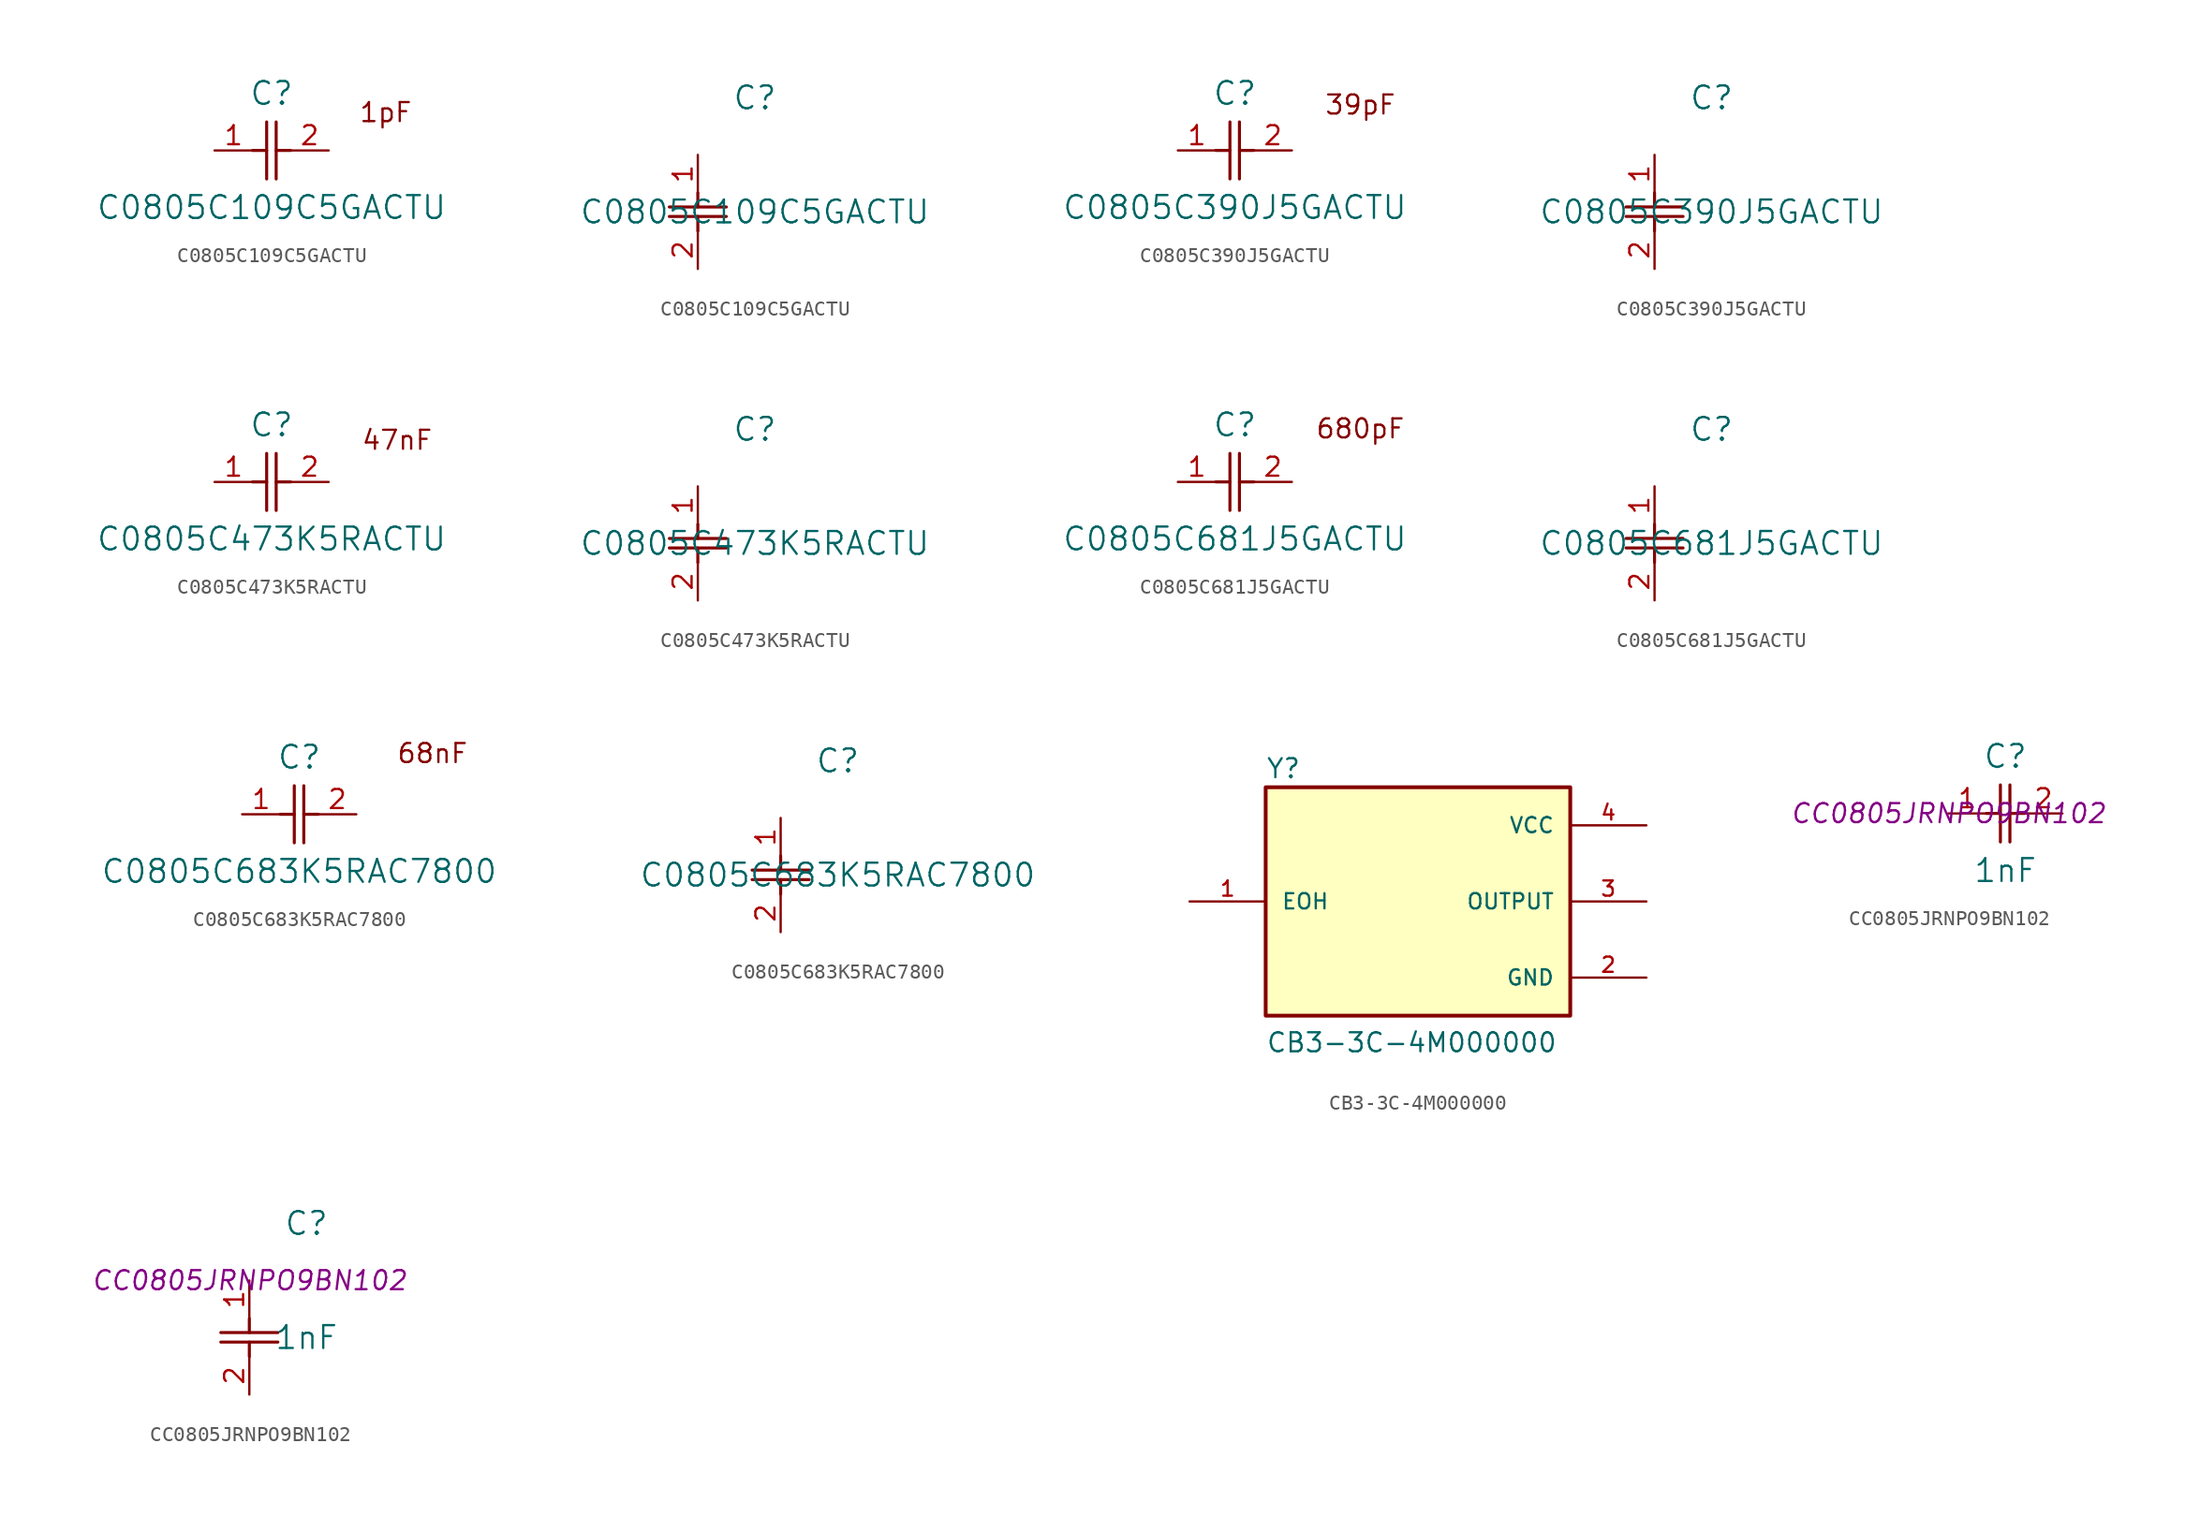
<source format=kicad_sym>
(kicad_symbol_lib
  (version 20231120)
  (generator "kicad_symbol_editor")
  (generator_version "8.0")
  (symbol "C0805C109C5GACTU"
    (pin_names
      (offset 0.254))
    (property "Reference" "C"
      (at 3.81 3.81 0)
      (effects (font (size 1.524 1.524))))
    (property "Value" "C0805C109C5GACTU"
      (at 3.81 -3.81 0)
      (effects (font (size 1.524 1.524))))
    (property "ki_locked" ""
      (at 0 0 0)
      (effects (font (size 1.27 1.27))))
    (symbol "C0805C109C5GACTU_1_1"
      (polyline (pts (xy 2.54 0) (xy 3.48 0)) (stroke (width 0.203) (type default)) (fill (type none)))
      (polyline (pts (xy 3.48 -1.905) (xy 3.48 1.905)) (stroke (width 0.203) (type default)) (fill (type none)))
      (polyline (pts (xy 4.115 -1.905) (xy 4.115 1.905)) (stroke (width 0.203) (type default)) (fill (type none)))
      (polyline (pts (xy 4.115 0) (xy 5.08 0)) (stroke (width 0.203) (type default)) (fill (type none)))
      (text "1pF" (at 11.43 2.54 0) (effects (font (size 1.27 1.27))))
      (pin unspecified line (at 0 0 0) (length 2.54) (name "" (effects (font (size 1.27 1.27)))) (number "1" (effects (font (size 1.27 1.27)))))
      (pin unspecified line (at 7.62 0 180) (length 2.54) (name "" (effects (font (size 1.27 1.27)))) (number "2" (effects (font (size 1.27 1.27))))))
    (symbol "C0805C109C5GACTU_1_2"
      (polyline (pts (xy -1.905 -4.115) (xy 1.905 -4.115)) (stroke (width 0.203) (type default)) (fill (type none)))
      (polyline (pts (xy -1.905 -3.48) (xy 1.905 -3.48)) (stroke (width 0.203) (type default)) (fill (type none)))
      (polyline (pts (xy 0 -4.115) (xy 0 -5.08)) (stroke (width 0.203) (type default)) (fill (type none)))
      (polyline (pts (xy 0 -2.54) (xy 0 -3.48)) (stroke (width 0.203) (type default)) (fill (type none)))
      (pin unspecified line (at 0 0 270) (length 2.54) (name "" (effects (font (size 1.27 1.27)))) (number "1" (effects (font (size 1.27 1.27)))))
      (pin unspecified line (at 0 -7.62 90) (length 2.54) (name "" (effects (font (size 1.27 1.27)))) (number "2" (effects (font (size 1.27 1.27)))))))
  (symbol "C0805C390J5GACTU"
    (pin_names
      (offset 0.254))
    (property "Reference" "C"
      (at 3.81 3.81 0)
      (effects (font (size 1.524 1.524))))
    (property "Value" "C0805C390J5GACTU"
      (at 3.81 -3.81 0)
      (effects (font (size 1.524 1.524))))
    (property "ki_locked" ""
      (at 0 0 0)
      (effects (font (size 1.27 1.27))))
    (symbol "C0805C390J5GACTU_1_1"
      (polyline (pts (xy 2.54 0) (xy 3.48 0)) (stroke (width 0.203) (type default)) (fill (type none)))
      (polyline (pts (xy 3.48 -1.905) (xy 3.48 1.905)) (stroke (width 0.203) (type default)) (fill (type none)))
      (polyline (pts (xy 4.115 -1.905) (xy 4.115 1.905)) (stroke (width 0.203) (type default)) (fill (type none)))
      (polyline (pts (xy 4.115 0) (xy 5.08 0)) (stroke (width 0.203) (type default)) (fill (type none)))
      (text "39pF" (at 12.192 3.048 0) (effects (font (size 1.27 1.27))))
      (pin unspecified line (at 0 0 0) (length 2.54) (name "" (effects (font (size 1.27 1.27)))) (number "1" (effects (font (size 1.27 1.27)))))
      (pin unspecified line (at 7.62 0 180) (length 2.54) (name "" (effects (font (size 1.27 1.27)))) (number "2" (effects (font (size 1.27 1.27))))))
    (symbol "C0805C390J5GACTU_1_2"
      (polyline (pts (xy -1.905 -4.115) (xy 1.905 -4.115)) (stroke (width 0.203) (type default)) (fill (type none)))
      (polyline (pts (xy -1.905 -3.48) (xy 1.905 -3.48)) (stroke (width 0.203) (type default)) (fill (type none)))
      (polyline (pts (xy 0 -4.115) (xy 0 -5.08)) (stroke (width 0.203) (type default)) (fill (type none)))
      (polyline (pts (xy 0 -2.54) (xy 0 -3.48)) (stroke (width 0.203) (type default)) (fill (type none)))
      (pin unspecified line (at 0 0 270) (length 2.54) (name "" (effects (font (size 1.27 1.27)))) (number "1" (effects (font (size 1.27 1.27)))))
      (pin unspecified line (at 0 -7.62 90) (length 2.54) (name "" (effects (font (size 1.27 1.27)))) (number "2" (effects (font (size 1.27 1.27)))))))
  (symbol "C0805C473K5RACTU"
    (pin_names
      (offset 0.254))
    (property "Reference" "C"
      (at 3.81 3.81 0)
      (effects (font (size 1.524 1.524))))
    (property "Value" "C0805C473K5RACTU"
      (at 3.81 -3.81 0)
      (effects (font (size 1.524 1.524))))
    (property "ki_locked" ""
      (at 0 0 0)
      (effects (font (size 1.27 1.27))))
    (symbol "C0805C473K5RACTU_1_1"
      (polyline (pts (xy 2.54 0) (xy 3.48 0)) (stroke (width 0.203) (type default)) (fill (type none)))
      (polyline (pts (xy 3.48 -1.905) (xy 3.48 1.905)) (stroke (width 0.203) (type default)) (fill (type none)))
      (polyline (pts (xy 4.115 -1.905) (xy 4.115 1.905)) (stroke (width 0.203) (type default)) (fill (type none)))
      (polyline (pts (xy 4.115 0) (xy 5.08 0)) (stroke (width 0.203) (type default)) (fill (type none)))
      (text "47nF" (at 12.192 2.794 0) (effects (font (size 1.27 1.27))))
      (pin unspecified line (at 0 0 0) (length 2.54) (name "" (effects (font (size 1.27 1.27)))) (number "1" (effects (font (size 1.27 1.27)))))
      (pin unspecified line (at 7.62 0 180) (length 2.54) (name "" (effects (font (size 1.27 1.27)))) (number "2" (effects (font (size 1.27 1.27))))))
    (symbol "C0805C473K5RACTU_1_2"
      (polyline (pts (xy -1.905 -4.115) (xy 1.905 -4.115)) (stroke (width 0.203) (type default)) (fill (type none)))
      (polyline (pts (xy -1.905 -3.48) (xy 1.905 -3.48)) (stroke (width 0.203) (type default)) (fill (type none)))
      (polyline (pts (xy 0 -4.115) (xy 0 -5.08)) (stroke (width 0.203) (type default)) (fill (type none)))
      (polyline (pts (xy 0 -2.54) (xy 0 -3.48)) (stroke (width 0.203) (type default)) (fill (type none)))
      (pin unspecified line (at 0 0 270) (length 2.54) (name "" (effects (font (size 1.27 1.27)))) (number "1" (effects (font (size 1.27 1.27)))))
      (pin unspecified line (at 0 -7.62 90) (length 2.54) (name "" (effects (font (size 1.27 1.27)))) (number "2" (effects (font (size 1.27 1.27)))))))
  (symbol "C0805C681J5GACTU"
    (pin_names
      (offset 0.254))
    (property "Reference" "C"
      (at 3.81 3.81 0)
      (effects (font (size 1.524 1.524))))
    (property "Value" "C0805C681J5GACTU"
      (at 3.81 -3.81 0)
      (effects (font (size 1.524 1.524))))
    (property "ki_locked" ""
      (at 0 0 0)
      (effects (font (size 1.27 1.27))))
    (symbol "C0805C681J5GACTU_1_1"
      (polyline (pts (xy 2.54 0) (xy 3.48 0)) (stroke (width 0.203) (type default)) (fill (type none)))
      (polyline (pts (xy 3.48 -1.905) (xy 3.48 1.905)) (stroke (width 0.203) (type default)) (fill (type none)))
      (polyline (pts (xy 4.115 -1.905) (xy 4.115 1.905)) (stroke (width 0.203) (type default)) (fill (type none)))
      (polyline (pts (xy 4.115 0) (xy 5.08 0)) (stroke (width 0.203) (type default)) (fill (type none)))
      (text "680pF" (at 12.192 3.556 0) (effects (font (size 1.27 1.27))))
      (pin unspecified line (at 0 0 0) (length 2.54) (name "" (effects (font (size 1.27 1.27)))) (number "1" (effects (font (size 1.27 1.27)))))
      (pin unspecified line (at 7.62 0 180) (length 2.54) (name "" (effects (font (size 1.27 1.27)))) (number "2" (effects (font (size 1.27 1.27))))))
    (symbol "C0805C681J5GACTU_1_2"
      (polyline (pts (xy -1.905 -4.115) (xy 1.905 -4.115)) (stroke (width 0.203) (type default)) (fill (type none)))
      (polyline (pts (xy -1.905 -3.48) (xy 1.905 -3.48)) (stroke (width 0.203) (type default)) (fill (type none)))
      (polyline (pts (xy 0 -4.115) (xy 0 -5.08)) (stroke (width 0.203) (type default)) (fill (type none)))
      (polyline (pts (xy 0 -2.54) (xy 0 -3.48)) (stroke (width 0.203) (type default)) (fill (type none)))
      (pin unspecified line (at 0 0 270) (length 2.54) (name "" (effects (font (size 1.27 1.27)))) (number "1" (effects (font (size 1.27 1.27)))))
      (pin unspecified line (at 0 -7.62 90) (length 2.54) (name "" (effects (font (size 1.27 1.27)))) (number "2" (effects (font (size 1.27 1.27)))))))
  (symbol "C0805C683K5RAC7800"
    (pin_names
      (offset 0.254))
    (property "Reference" "C"
      (at 3.81 3.81 0)
      (effects (font (size 1.524 1.524))))
    (property "Value" "C0805C683K5RAC7800"
      (at 3.81 -3.81 0)
      (effects (font (size 1.524 1.524))))
    (property "ki_locked" ""
      (at 0 0 0)
      (effects (font (size 1.27 1.27))))
    (symbol "C0805C683K5RAC7800_1_1"
      (polyline (pts (xy 2.54 0) (xy 3.48 0)) (stroke (width 0.203) (type default)) (fill (type none)))
      (polyline (pts (xy 3.48 -1.905) (xy 3.48 1.905)) (stroke (width 0.203) (type default)) (fill (type none)))
      (polyline (pts (xy 4.115 -1.905) (xy 4.115 1.905)) (stroke (width 0.203) (type default)) (fill (type none)))
      (polyline (pts (xy 4.115 0) (xy 5.08 0)) (stroke (width 0.203) (type default)) (fill (type none)))
      (text "68nF" (at 12.7 4.064 0) (effects (font (size 1.27 1.27))))
      (pin unspecified line (at 0 0 0) (length 2.54) (name "" (effects (font (size 1.27 1.27)))) (number "1" (effects (font (size 1.27 1.27)))))
      (pin unspecified line (at 7.62 0 180) (length 2.54) (name "" (effects (font (size 1.27 1.27)))) (number "2" (effects (font (size 1.27 1.27))))))
    (symbol "C0805C683K5RAC7800_1_2"
      (polyline (pts (xy -1.905 -4.115) (xy 1.905 -4.115)) (stroke (width 0.203) (type default)) (fill (type none)))
      (polyline (pts (xy -1.905 -3.48) (xy 1.905 -3.48)) (stroke (width 0.203) (type default)) (fill (type none)))
      (polyline (pts (xy 0 -4.115) (xy 0 -5.08)) (stroke (width 0.203) (type default)) (fill (type none)))
      (polyline (pts (xy 0 -2.54) (xy 0 -3.48)) (stroke (width 0.203) (type default)) (fill (type none)))
      (pin unspecified line (at 0 0 270) (length 2.54) (name "" (effects (font (size 1.27 1.27)))) (number "1" (effects (font (size 1.27 1.27)))))
      (pin unspecified line (at 0 -7.62 90) (length 2.54) (name "" (effects (font (size 1.27 1.27)))) (number "2" (effects (font (size 1.27 1.27)))))))
  (symbol "CB3-3C-4M000000"
    (pin_names
      (offset 1.016))
    (property "Reference" "Y"
      (at -10.16 8.128 0)
      (effects (font (size 1.27 1.27)) (justify left bottom)))
    (property "Value" "CB3-3C-4M000000"
      (at -10.16 -10.16 0)
      (effects (font (size 1.27 1.27)) (justify left bottom)))
    (symbol "CB3-3C-4M000000_0_0"
      (rectangle (start -10.16 -7.62) (end 10.16 7.62) (stroke (width 0.254) (type default)) (fill (type background)))
      (pin input line (at -15.24 0 0) (length 5.08) (name "EOH" (effects (font (size 1.016 1.016)))) (number "1" (effects (font (size 1.016 1.016)))))
      (pin power_in line (at 15.24 -5.08 180) (length 5.08) (name "GND" (effects (font (size 1.016 1.016)))) (number "2" (effects (font (size 1.016 1.016)))))
      (pin output line (at 15.24 0 180) (length 5.08) (name "OUTPUT" (effects (font (size 1.016 1.016)))) (number "3" (effects (font (size 1.016 1.016)))))
      (pin power_in line (at 15.24 5.08 180) (length 5.08) (name "VCC" (effects (font (size 1.016 1.016)))) (number "4" (effects (font (size 1.016 1.016)))))))
  (symbol "CC0805JRNPO9BN102"
    (pin_names
      (offset 0.254))
    (property "Reference" "C"
      (at 3.81 3.81 0)
      (effects (font (size 1.524 1.524))))
    (property "Value" "1nF"
      (at 3.81 -3.81 0)
      (effects (font (size 1.524 1.524))))
    (property "Datasheet" "CC0805JRNPO9BN102"
      (at 0 0 0)
      (effects (font (size 1.27 1.27) (italic yes))))
    (symbol "CC0805JRNPO9BN102_1_1"
      (polyline (pts (xy 2.54 0) (xy 3.48 0)) (stroke (width 0.203) (type default)) (fill (type none)))
      (polyline (pts (xy 3.48 -1.905) (xy 3.48 1.905)) (stroke (width 0.203) (type default)) (fill (type none)))
      (polyline (pts (xy 4.115 -1.905) (xy 4.115 1.905)) (stroke (width 0.203) (type default)) (fill (type none)))
      (polyline (pts (xy 4.115 0) (xy 5.08 0)) (stroke (width 0.203) (type default)) (fill (type none)))
      (pin unspecified line (at 0 0 0) (length 2.54) (name "" (effects (font (size 1.27 1.27)))) (number "1" (effects (font (size 1.27 1.27)))))
      (pin unspecified line (at 7.62 0 180) (length 2.54) (name "" (effects (font (size 1.27 1.27)))) (number "2" (effects (font (size 1.27 1.27))))))
    (symbol "CC0805JRNPO9BN102_1_2"
      (polyline (pts (xy -1.905 -4.115) (xy 1.905 -4.115)) (stroke (width 0.203) (type default)) (fill (type none)))
      (polyline (pts (xy -1.905 -3.48) (xy 1.905 -3.48)) (stroke (width 0.203) (type default)) (fill (type none)))
      (polyline (pts (xy 0 -4.115) (xy 0 -5.08)) (stroke (width 0.203) (type default)) (fill (type none)))
      (polyline (pts (xy 0 -2.54) (xy 0 -3.48)) (stroke (width 0.203) (type default)) (fill (type none)))
      (pin unspecified line (at 0 0 270) (length 2.54) (name "" (effects (font (size 1.27 1.27)))) (number "1" (effects (font (size 1.27 1.27)))))
      (pin unspecified line (at 0 -7.62 90) (length 2.54) (name "" (effects (font (size 1.27 1.27)))) (number "2" (effects (font (size 1.27 1.27))))))))
</source>
